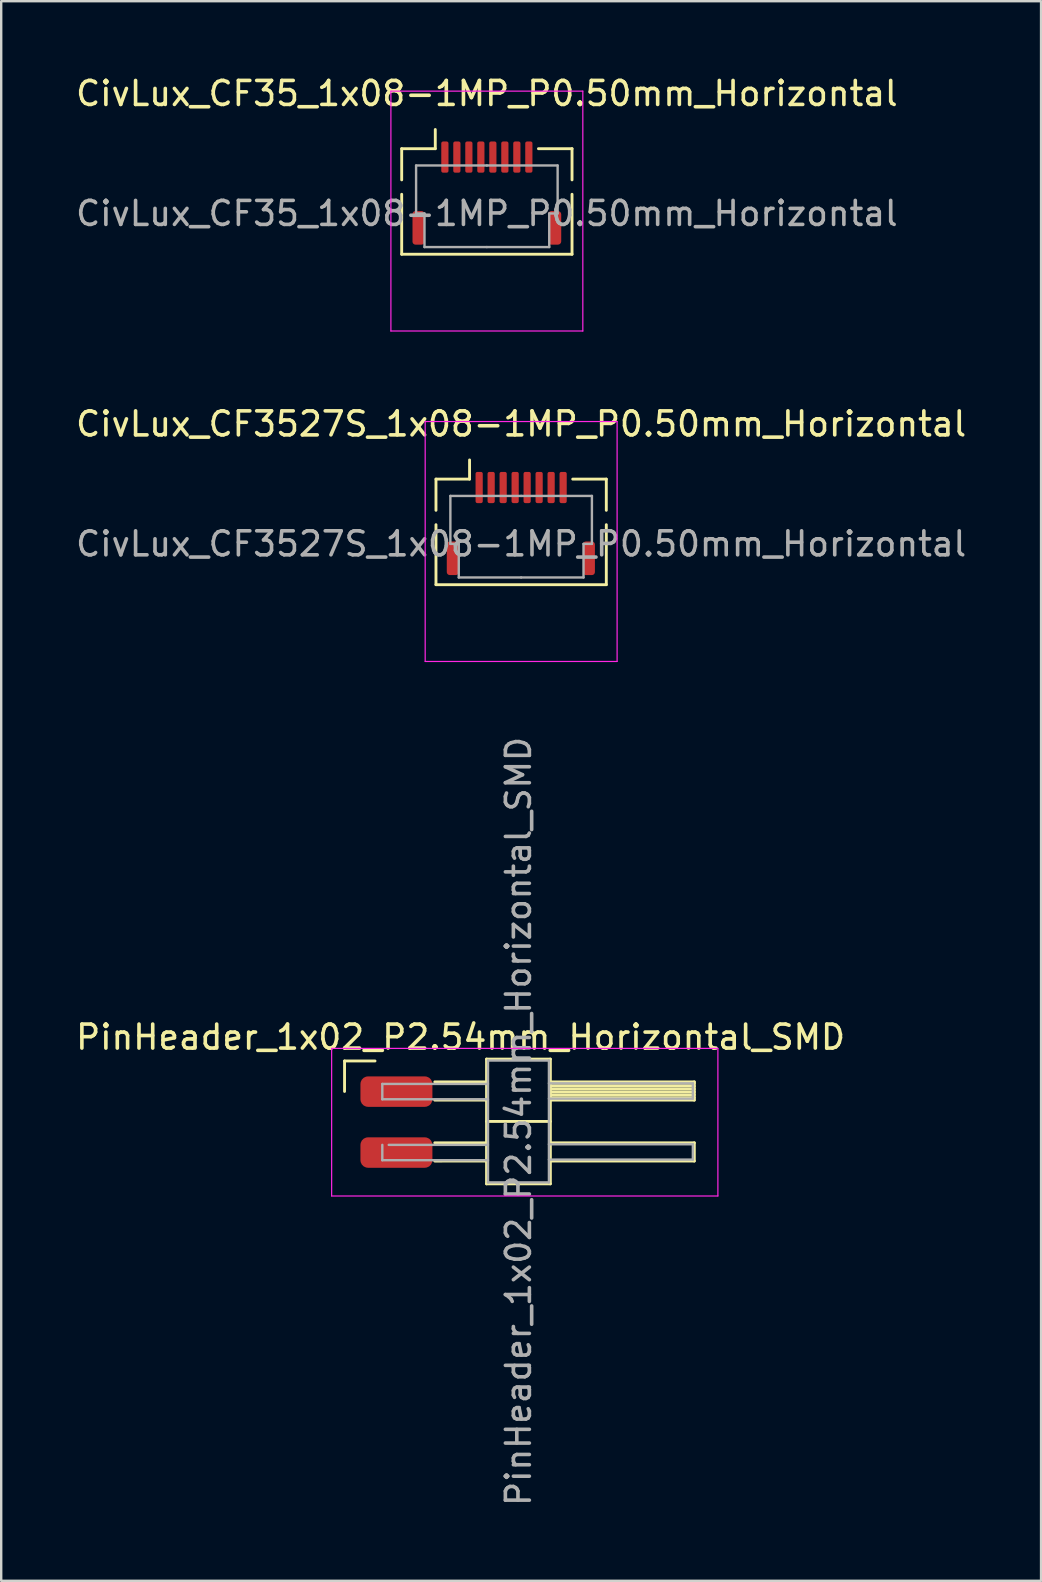
<source format=kicad_pcb>
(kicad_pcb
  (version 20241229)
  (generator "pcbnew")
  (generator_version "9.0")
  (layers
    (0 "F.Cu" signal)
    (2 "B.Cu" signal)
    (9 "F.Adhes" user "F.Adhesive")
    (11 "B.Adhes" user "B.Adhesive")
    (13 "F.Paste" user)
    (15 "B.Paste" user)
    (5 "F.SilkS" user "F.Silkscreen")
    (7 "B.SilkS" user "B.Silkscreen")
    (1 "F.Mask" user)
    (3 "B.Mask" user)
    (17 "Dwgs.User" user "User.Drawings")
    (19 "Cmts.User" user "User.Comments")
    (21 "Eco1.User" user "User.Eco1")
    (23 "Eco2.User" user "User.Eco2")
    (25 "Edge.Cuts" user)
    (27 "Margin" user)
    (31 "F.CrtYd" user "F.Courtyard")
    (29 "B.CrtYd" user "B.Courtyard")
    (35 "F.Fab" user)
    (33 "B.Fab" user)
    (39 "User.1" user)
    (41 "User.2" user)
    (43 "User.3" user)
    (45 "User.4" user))
  (footprint "CivLux_CF3527S_1x08-1MP_P0.50mm_Horizontal"
    (layer "F.Cu")
    (at 18.673 18.521)
    (property "Reference" "CivLux_CF3527S_1x08-1MP_P0.50mm_Horizontal" (at 0 -3.9 0) (layer "F.SilkS") (effects (font (size 1 1) (thickness 0.15))))
    (attr smd)
    (fp_line (start -3.55 -1.6) (end -3.55 -0.3) (stroke (width 0.12) (type solid)) (layer "F.SilkS"))
    (fp_line (start -3.55 0.3) (end -3.55 2.8) (stroke (width 0.12) (type solid)) (layer "F.SilkS"))
    (fp_line (start -3.55 2.8) (end 3.55 2.8) (stroke (width 0.12) (type solid)) (layer "F.SilkS"))
    (fp_line (start -2.15 -1.6) (end -3.55 -1.6) (stroke (width 0.12) (type solid)) (layer "F.SilkS"))
    (fp_line (start -2.15 -1.6) (end -2.15 -2.4) (stroke (width 0.12) (type solid)) (layer "F.SilkS"))
    (fp_line (start 2.15 -1.6) (end 3.55 -1.6) (stroke (width 0.12) (type solid)) (layer "F.SilkS"))
    (fp_line (start 3.55 -1.6) (end 3.55 -0.3) (stroke (width 0.12) (type solid)) (layer "F.SilkS"))
    (fp_line (start 3.55 2.8) (end 3.55 0.3) (stroke (width 0.12) (type solid)) (layer "F.SilkS"))
    (fp_line (start -4 -4) (end -4 6) (stroke (width 0.05) (type solid)) (layer "F.CrtYd"))
    (fp_line (start -4 6) (end 4 6) (stroke (width 0.05) (type solid)) (layer "F.CrtYd"))
    (fp_line (start 4 -4) (end -4 -4) (stroke (width 0.05) (type solid)) (layer "F.CrtYd"))
    (fp_line (start 4 6) (end 4 -4) (stroke (width 0.05) (type solid)) (layer "F.CrtYd"))
    (fp_line (start -2.95 -0.9) (end -2.95 1.1) (stroke (width 0.1) (type solid)) (layer "F.Fab"))
    (fp_line (start -2.95 1.1) (end -2.6 1.1) (stroke (width 0.1) (type solid)) (layer "F.Fab"))
    (fp_line (start -2.6 1.1) (end -2.6 2.5) (stroke (width 0.1) (type solid)) (layer "F.Fab"))
    (fp_line (start -2.6 2.5) (end 0 2.5) (stroke (width 0.1) (type solid)) (layer "F.Fab"))
    (fp_line (start 0 -0.9) (end -2.95 -0.9) (stroke (width 0.1) (type solid)) (layer "F.Fab"))
    (fp_line (start 0 -0.9) (end 2.95 -0.9) (stroke (width 0.1) (type solid)) (layer "F.Fab"))
    (fp_line (start 2.6 1.1) (end 2.6 2.5) (stroke (width 0.1) (type solid)) (layer "F.Fab"))
    (fp_line (start 2.6 2.5) (end 0 2.5) (stroke (width 0.1) (type solid)) (layer "F.Fab"))
    (fp_line (start 2.95 -0.9) (end 2.95 1.1) (stroke (width 0.1) (type solid)) (layer "F.Fab"))
    (fp_line (start 2.95 1.1) (end 2.6 1.1) (stroke (width 0.1) (type solid)) (layer "F.Fab"))
    (fp_text user "${REFERENCE}" (at 0 1.1 0) (layer "F.Fab") (effects (font (size 1 1) (thickness 0.15))))
    (pad "1" smd roundrect (at -1.75 -1.25) (size 0.3 1.3) (layers "F.Cu" "F.Mask" "F.Paste") (roundrect_rratio 0.25))
    (pad "2" smd roundrect (at -1.25 -1.25) (size 0.3 1.3) (layers "F.Cu" "F.Mask" "F.Paste") (roundrect_rratio 0.25))
    (pad "3" smd roundrect (at -0.75 -1.25) (size 0.3 1.3) (layers "F.Cu" "F.Mask" "F.Paste") (roundrect_rratio 0.25))
    (pad "4" smd roundrect (at -0.25 -1.25) (size 0.3 1.3) (layers "F.Cu" "F.Mask" "F.Paste") (roundrect_rratio 0.25))
    (pad "5" smd roundrect (at 0.25 -1.25) (size 0.3 1.3) (layers "F.Cu" "F.Mask" "F.Paste") (roundrect_rratio 0.25))
    (pad "6" smd roundrect (at 0.75 -1.25) (size 0.3 1.3) (layers "F.Cu" "F.Mask" "F.Paste") (roundrect_rratio 0.25))
    (pad "7" smd roundrect (at 1.25 -1.25) (size 0.3 1.3) (layers "F.Cu" "F.Mask" "F.Paste") (roundrect_rratio 0.25))
    (pad "8" smd roundrect (at 1.75 -1.25) (size 0.3 1.3) (layers "F.Cu" "F.Mask" "F.Paste") (roundrect_rratio 0.25))
    (pad "MP" smd roundrect (at -2.85 1.7) (size 0.5 1.4) (layers "F.Cu" "F.Mask" "F.Paste") (roundrect_rratio 0.25))
    (pad "MP" smd roundrect (at 2.825 1.7) (size 0.5 1.4) (layers "F.Cu" "F.Mask" "F.Paste") (roundrect_rratio 0.25)))
  (footprint "PinHeader_1x02_P2.54mm_Horizontal_SMD"
    (layer "F.Cu")
    (at 13.474 42.452)
    (property "Reference" "PinHeader_1x02_P2.54mm_Horizontal_SMD" (at 2.675 -2.27 0) (layer "F.SilkS") (effects (font (size 1 1) (thickness 0.15))))
    (attr through_hole)
    (fp_line (start -2.162 -1.277) (end -0.892 -1.277) (stroke (width 0.12) (type solid)) (layer "F.SilkS"))
    (fp_line (start -2.162 -0.007) (end -2.162 -1.277) (stroke (width 0.12) (type solid)) (layer "F.SilkS"))
    (fp_line (start 1.6 -0.406) (end 3.757 -0.406) (stroke (width 0.12) (type solid)) (layer "F.SilkS"))
    (fp_line (start 1.6 0.355) (end 3.757 0.354) (stroke (width 0.12) (type solid)) (layer "F.SilkS"))
    (fp_line (start 1.6 2.134) (end 3.757 2.134) (stroke (width 0.12) (type solid)) (layer "F.SilkS"))
    (fp_line (start 1.6 2.895) (end 3.757 2.894) (stroke (width 0.12) (type solid)) (layer "F.SilkS"))
    (fp_line (start 3.757 -1.356) (end 3.757 3.844) (stroke (width 0.12) (type solid)) (layer "F.SilkS"))
    (fp_line (start 3.757 1.244) (end 6.417 1.244) (stroke (width 0.12) (type solid)) (layer "F.SilkS"))
    (fp_line (start 3.757 3.844) (end 6.417 3.844) (stroke (width 0.12) (type solid)) (layer "F.SilkS"))
    (fp_line (start 6.417 -1.356) (end 3.757 -1.356) (stroke (width 0.12) (type solid)) (layer "F.SilkS"))
    (fp_line (start 6.417 -0.406) (end 12.417 -0.406) (stroke (width 0.12) (type solid)) (layer "F.SilkS"))
    (fp_line (start 6.417 -0.346) (end 12.417 -0.346) (stroke (width 0.12) (type solid)) (layer "F.SilkS"))
    (fp_line (start 6.417 -0.226) (end 12.417 -0.226) (stroke (width 0.12) (type solid)) (layer "F.SilkS"))
    (fp_line (start 6.417 -0.106) (end 12.417 -0.106) (stroke (width 0.12) (type solid)) (layer "F.SilkS"))
    (fp_line (start 6.417 0.014) (end 12.417 0.014) (stroke (width 0.12) (type solid)) (layer "F.SilkS"))
    (fp_line (start 6.417 0.134) (end 12.417 0.134) (stroke (width 0.12) (type solid)) (layer "F.SilkS"))
    (fp_line (start 6.417 0.254) (end 12.417 0.254) (stroke (width 0.12) (type solid)) (layer "F.SilkS"))
    (fp_line (start 6.417 2.134) (end 12.417 2.134) (stroke (width 0.12) (type solid)) (layer "F.SilkS"))
    (fp_line (start 6.417 3.844) (end 6.417 -1.356) (stroke (width 0.12) (type solid)) (layer "F.SilkS"))
    (fp_line (start 12.417 -0.406) (end 12.417 0.354) (stroke (width 0.12) (type solid)) (layer "F.SilkS"))
    (fp_line (start 12.417 0.354) (end 6.417 0.354) (stroke (width 0.12) (type solid)) (layer "F.SilkS"))
    (fp_line (start 12.417 2.134) (end 12.417 2.894) (stroke (width 0.12) (type solid)) (layer "F.SilkS"))
    (fp_line (start 12.417 2.894) (end 6.417 2.894) (stroke (width 0.12) (type solid)) (layer "F.SilkS"))
    (fp_line (start -2.7 -1.8) (end -2.7 4.35) (stroke (width 0.05) (type solid)) (layer "F.CrtYd"))
    (fp_line (start -2.7 4.35) (end 13.4 4.35) (stroke (width 0.05) (type solid)) (layer "F.CrtYd"))
    (fp_line (start 13.4 -1.8) (end -2.7 -1.8) (stroke (width 0.05) (type solid)) (layer "F.CrtYd"))
    (fp_line (start 13.4 4.35) (end 13.4 -1.8) (stroke (width 0.05) (type solid)) (layer "F.CrtYd"))
    (fp_line (start -0.588 -0.32) (end -0.588 0.32) (stroke (width 0.1) (type solid)) (layer "F.Fab"))
    (fp_line (start -0.588 -0.32) (end 3.817 -0.32) (stroke (width 0.1) (type solid)) (layer "F.Fab"))
    (fp_line (start -0.588 0.32) (end 3.817 0.32) (stroke (width 0.1) (type solid)) (layer "F.Fab"))
    (fp_line (start -0.588 2.22) (end -0.588 2.86) (stroke (width 0.1) (type solid)) (layer "F.Fab"))
    (fp_line (start -0.588 2.86) (end 3.817 2.86) (stroke (width 0.1) (type solid)) (layer "F.Fab"))
    (fp_line (start -0.32 2.22) (end 3.817 2.22) (stroke (width 0.1) (type solid)) (layer "F.Fab"))
    (fp_line (start 3.817 -1.296) (end 6.357 -1.296) (stroke (width 0.1) (type solid)) (layer "F.Fab"))
    (fp_line (start 3.817 3.784) (end 3.817 -1.296) (stroke (width 0.1) (type solid)) (layer "F.Fab"))
    (fp_line (start 6.357 -1.296) (end 6.357 3.784) (stroke (width 0.1) (type solid)) (layer "F.Fab"))
    (fp_line (start 6.357 -0.346) (end 12.357 -0.346) (stroke (width 0.1) (type solid)) (layer "F.Fab"))
    (fp_line (start 6.357 0.294) (end 12.357 0.294) (stroke (width 0.1) (type solid)) (layer "F.Fab"))
    (fp_line (start 6.357 2.194) (end 12.357 2.194) (stroke (width 0.1) (type solid)) (layer "F.Fab"))
    (fp_line (start 6.357 2.834) (end 12.357 2.834) (stroke (width 0.1) (type solid)) (layer "F.Fab"))
    (fp_line (start 6.357 3.784) (end 3.817 3.784) (stroke (width 0.1) (type solid)) (layer "F.Fab"))
    (fp_line (start 12.357 -0.346) (end 12.357 0.294) (stroke (width 0.1) (type solid)) (layer "F.Fab"))
    (fp_line (start 12.357 2.194) (end 12.357 2.834) (stroke (width 0.1) (type solid)) (layer "F.Fab"))
    (fp_text user "${REFERENCE}" (at 5.087 1.244 270) (layer "F.Fab") (effects (font (size 1 1) (thickness 0.15))))
    (pad "1" smd roundrect (at 0 0) (size 3 1.27) (layers "F.Cu" "F.Mask" "F.Paste") (roundrect_rratio 0.25))
    (pad "2" smd roundrect (at 0 2.54) (size 3 1.27) (layers "F.Cu" "F.Mask" "F.Paste") (roundrect_rratio 0.25)))
  (footprint "CivLux_CF35_1x08-1MP_P0.50mm_Horizontal"
    (layer "F.Cu")
    (at 17.244 4.748)
    (property "Reference" "CivLux_CF35_1x08-1MP_P0.50mm_Horizontal" (at 0 -3.9 0) (layer "F.SilkS") (effects (font (size 1 1) (thickness 0.15))))
    (attr smd)
    (fp_line (start -3.55 -1.6) (end -3.55 -0.3) (stroke (width 0.12) (type solid)) (layer "F.SilkS"))
    (fp_line (start -3.55 0.3) (end -3.55 2.8) (stroke (width 0.12) (type solid)) (layer "F.SilkS"))
    (fp_line (start -3.55 2.8) (end 3.55 2.8) (stroke (width 0.12) (type solid)) (layer "F.SilkS"))
    (fp_line (start -2.15 -1.6) (end -3.55 -1.6) (stroke (width 0.12) (type solid)) (layer "F.SilkS"))
    (fp_line (start -2.15 -1.6) (end -2.15 -2.4) (stroke (width 0.12) (type solid)) (layer "F.SilkS"))
    (fp_line (start 2.15 -1.6) (end 3.55 -1.6) (stroke (width 0.12) (type solid)) (layer "F.SilkS"))
    (fp_line (start 3.55 -1.6) (end 3.55 -0.3) (stroke (width 0.12) (type solid)) (layer "F.SilkS"))
    (fp_line (start 3.55 2.8) (end 3.55 0.3) (stroke (width 0.12) (type solid)) (layer "F.SilkS"))
    (fp_line (start -4 -4) (end -4 6) (stroke (width 0.05) (type solid)) (layer "F.CrtYd"))
    (fp_line (start -4 6) (end 4 6) (stroke (width 0.05) (type solid)) (layer "F.CrtYd"))
    (fp_line (start 4 -4) (end -4 -4) (stroke (width 0.05) (type solid)) (layer "F.CrtYd"))
    (fp_line (start 4 6) (end 4 -4) (stroke (width 0.05) (type solid)) (layer "F.CrtYd"))
    (fp_line (start -2.95 -0.9) (end -2.95 1.1) (stroke (width 0.1) (type solid)) (layer "F.Fab"))
    (fp_line (start -2.95 1.1) (end -2.6 1.1) (stroke (width 0.1) (type solid)) (layer "F.Fab"))
    (fp_line (start -2.6 1.1) (end -2.6 2.5) (stroke (width 0.1) (type solid)) (layer "F.Fab"))
    (fp_line (start -2.6 2.5) (end 0 2.5) (stroke (width 0.1) (type solid)) (layer "F.Fab"))
    (fp_line (start 0 -0.9) (end -2.95 -0.9) (stroke (width 0.1) (type solid)) (layer "F.Fab"))
    (fp_line (start 0 -0.9) (end 2.95 -0.9) (stroke (width 0.1) (type solid)) (layer "F.Fab"))
    (fp_line (start 2.6 1.1) (end 2.6 2.5) (stroke (width 0.1) (type solid)) (layer "F.Fab"))
    (fp_line (start 2.6 2.5) (end 0 2.5) (stroke (width 0.1) (type solid)) (layer "F.Fab"))
    (fp_line (start 2.95 -0.9) (end 2.95 1.1) (stroke (width 0.1) (type solid)) (layer "F.Fab"))
    (fp_line (start 2.95 1.1) (end 2.6 1.1) (stroke (width 0.1) (type solid)) (layer "F.Fab"))
    (fp_text user "${REFERENCE}" (at 0 1.1 0) (layer "F.Fab") (effects (font (size 1 1) (thickness 0.15))))
    (pad "1" smd roundrect (at -1.75 -1.25) (size 0.3 1.3) (layers "F.Cu" "F.Mask" "F.Paste") (roundrect_rratio 0.25))
    (pad "2" smd roundrect (at -1.25 -1.25) (size 0.3 1.3) (layers "F.Cu" "F.Mask" "F.Paste") (roundrect_rratio 0.25))
    (pad "3" smd roundrect (at -0.75 -1.25) (size 0.3 1.3) (layers "F.Cu" "F.Mask" "F.Paste") (roundrect_rratio 0.25))
    (pad "4" smd roundrect (at -0.25 -1.25) (size 0.3 1.3) (layers "F.Cu" "F.Mask" "F.Paste") (roundrect_rratio 0.25))
    (pad "5" smd roundrect (at 0.25 -1.25) (size 0.3 1.3) (layers "F.Cu" "F.Mask" "F.Paste") (roundrect_rratio 0.25))
    (pad "6" smd roundrect (at 0.75 -1.25) (size 0.3 1.3) (layers "F.Cu" "F.Mask" "F.Paste") (roundrect_rratio 0.25))
    (pad "7" smd roundrect (at 1.25 -1.25) (size 0.3 1.3) (layers "F.Cu" "F.Mask" "F.Paste") (roundrect_rratio 0.25))
    (pad "8" smd roundrect (at 1.75 -1.25) (size 0.3 1.3) (layers "F.Cu" "F.Mask" "F.Paste") (roundrect_rratio 0.25))
    (pad "MP" smd roundrect (at -2.85 1.7) (size 0.5 1.4) (layers "F.Cu" "F.Mask" "F.Paste") (roundrect_rratio 0.25))
    (pad "MP" smd roundrect (at 2.825 1.7) (size 0.55 1.4) (layers "F.Cu" "F.Mask" "F.Paste") (roundrect_rratio 0.25)))
  (gr_rect
    (start -3 -3)
    (end 40.345 62.844)
    (stroke (width 0.1) (type default))
    (fill no)
    (layer "Edge.Cuts")))
</source>
